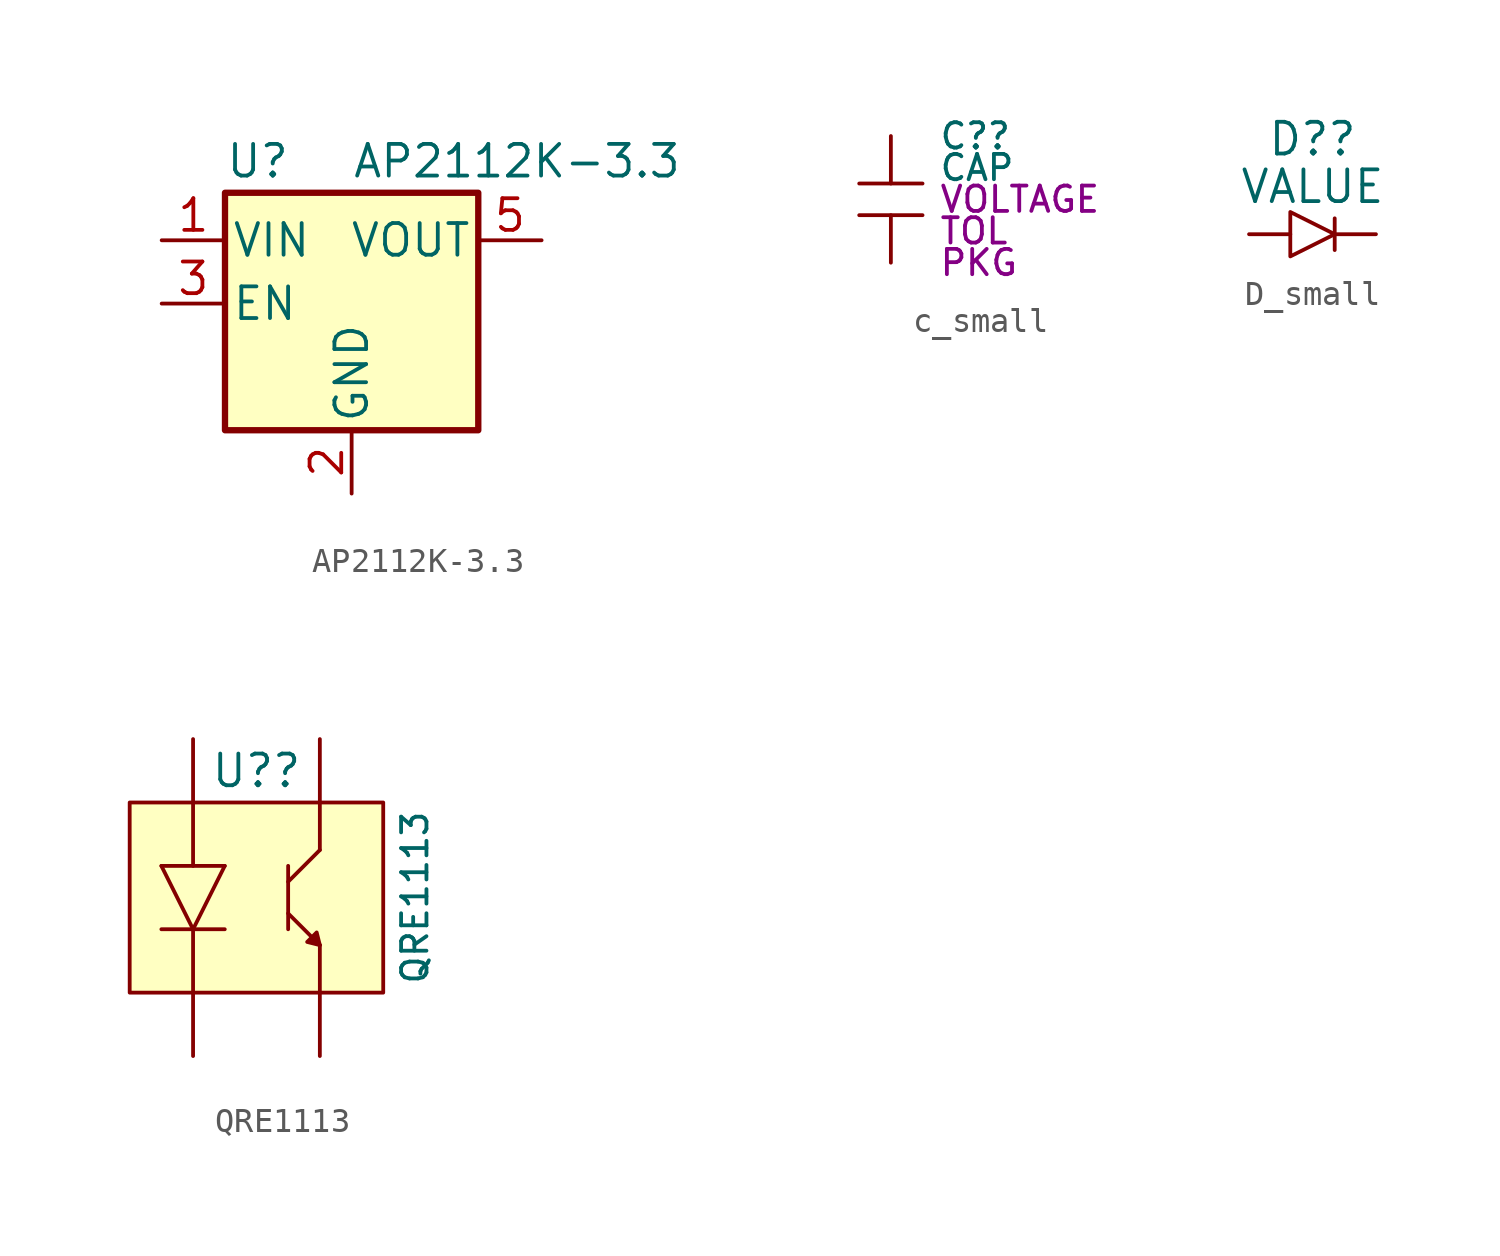
<source format=kicad_sym>
(kicad_symbol_lib
  (version 20220914)
  (generator kicad_symbol_editor)
  (symbol "AP2112K-3.3"
    (pin_names
      (offset 0.254))
    (property "Reference" "U"
      (at -5.08 5.715 0)
      (effects (font (size 1.27 1.27)) (justify left)))
    (property "Value" "AP2112K-3.3"
      (at 0 5.715 0)
      (effects (font (size 1.27 1.27)) (justify left)))
    (symbol "AP2112K-3.3_0_1"
      (rectangle (start -5.08 4.445) (end 5.08 -5.08) (stroke (width 0.254) (type default)) (fill (type background))))
    (symbol "AP2112K-3.3_1_1"
      (pin power_in line (at -7.62 2.54 0) (length 2.54) (name "VIN" (effects (font (size 1.27 1.27)))) (number "1" (effects (font (size 1.27 1.27)))))
      (pin power_in line (at 0 -7.62 90) (length 2.54) (name "GND" (effects (font (size 1.27 1.27)))) (number "2" (effects (font (size 1.27 1.27)))))
      (pin input line (at -7.62 0 0) (length 2.54) (name "EN" (effects (font (size 1.27 1.27)))) (number "3" (effects (font (size 1.27 1.27)))))
      (pin no_connect line (at 5.08 0 180) (length 2.54) hide (name "NC" (effects (font (size 1.27 1.27)))) (number "4" (effects (font (size 1.27 1.27)))))
      (pin power_out line (at 7.62 2.54 180) (length 2.54) (name "VOUT" (effects (font (size 1.27 1.27)))) (number "5" (effects (font (size 1.27 1.27)))))))
  (symbol "c_small"
    (property "Reference" "C?"
      (at 1.905 2.54 0)
      (do_not_autoplace)
      (effects (font (size 1.016 1.016)) (justify left)))
    (property "Value" "CAP"
      (at 1.905 1.27 0)
      (do_not_autoplace)
      (effects (font (size 1.016 1.016)) (justify left)))
    (property "Tolerance" "TOL"
      (at 1.905 -1.27 0)
      (do_not_autoplace)
      (effects (font (size 1.016 1.016)) (justify left)))
    (property "Voltage Rating" "VOLTAGE"
      (at 1.905 0 0)
      (do_not_autoplace)
      (effects (font (size 1.016 1.016)) (justify left)))
    (property "Package" "PKG"
      (at 1.905 -2.54 0)
      (do_not_autoplace)
      (effects (font (size 1.016 1.016)) (justify left)))
    (symbol "c_small_0_1"
      (polyline (pts (xy -1.27 -0.635) (xy 1.27 -0.635)) (stroke (width 0) (type default)) (fill (type none)))
      (polyline (pts (xy -1.27 0.635) (xy 1.27 0.635)) (stroke (width 0) (type default)) (fill (type none))))
    (symbol "c_small_1_1"
      (pin passive line (at 0 2.54 270) (length 1.905) (name "" (effects (font (size 0 0)))) (number "1" (effects (font (size 0 0)))))
      (pin passive line (at 0 -2.54 90) (length 1.905) (name "" (effects (font (size 0 0)))) (number "2" (effects (font (size 0 0)))))))
  (symbol "D_small"
    (pin_numbers hide)
    (pin_names hide)
    (property "Reference" "D?"
      (at 0 3.81 0)
      (do_not_autoplace)
      (effects (font (size 1.27 1.27))))
    (property "Value" "VALUE"
      (at 0 1.905 0)
      (do_not_autoplace)
      (effects (font (size 1.27 1.27))))
    (symbol "D_small_0_1"
      (polyline (pts (xy 0.889 0.635) (xy 0.889 -0.635)) (stroke (width 0) (type default)) (fill (type none))))
    (symbol "D_small_1_0"
      (pin passive line (at -2.54 0 0) (length 1.651) (name "A" (effects (font (size 1.27 1.27)))) (number "1" (effects (font (size 1.27 1.27)))))
      (pin passive line (at 2.54 0 180) (length 1.651) (name "C" (effects (font (size 1.27 1.27)))) (number "2" (effects (font (size 1.27 1.27))))))
    (symbol "D_small_1_1"
      (polyline (pts (xy -0.889 0.889) (xy -0.889 -0.889) (xy 0.889 0) (xy -0.889 0.889)) (stroke (width 0.152) (type default)) (fill (type none)))))
  (symbol "QRE1113"
    (pin_numbers hide)
    (pin_names hide)
    (property "Reference" "U?"
      (at 0 5.08 0)
      (do_not_autoplace)
      (effects (font (size 1.27 1.27))))
    (property "Value" "QRE1113"
      (at 6.35 0 90)
      (do_not_autoplace)
      (effects (font (size 1.016 1.016))))
    (symbol "QRE1113_0_1"
      (polyline (pts (xy -3.81 -1.27) (xy -1.27 -1.27)) (stroke (width 0) (type default)) (fill (type none)))
      (polyline (pts (xy -3.81 1.27) (xy -1.27 1.27)) (stroke (width 0) (type default)) (fill (type none)))
      (polyline (pts (xy -2.54 -3.81) (xy -2.54 -1.27)) (stroke (width 0) (type default)) (fill (type none)))
      (polyline (pts (xy -2.54 -1.27) (xy -3.81 1.27)) (stroke (width 0) (type default)) (fill (type none)))
      (polyline (pts (xy -2.54 1.27) (xy -2.54 3.81)) (stroke (width 0) (type default)) (fill (type none)))
      (polyline (pts (xy -1.27 1.27) (xy -2.54 -1.27)) (stroke (width 0) (type default)) (fill (type none))))
    (symbol "QRE1113_1_0"
      (pin passive line (at -2.54 6.35 270) (length 2.54) (name "Anode" (effects (font (size 1.27 1.27)))) (number "1" (effects (font (size 1.27 1.27)))))
      (pin passive line (at -2.54 -6.35 90) (length 2.54) (name "Cathode" (effects (font (size 1.27 1.27)))) (number "2" (effects (font (size 1.27 1.27)))))
      (pin open_collector line (at 2.54 6.35 270) (length 2.54) (name "Collector" (effects (font (size 1.27 1.27)))) (number "3" (effects (font (size 1.27 1.27)))))
      (pin open_emitter line (at 2.54 -6.35 90) (length 2.54) (name "Emitter" (effects (font (size 1.27 1.27)))) (number "4" (effects (font (size 1.27 1.27))))))
    (symbol "QRE1113_1_1"
      (rectangle (start -5.08 3.81) (end 5.08 -3.81) (stroke (width 0) (type default)) (fill (type background)))
      (polyline (pts (xy 1.27 1.27) (xy 1.27 -1.27)) (stroke (width 0) (type default)) (fill (type none)))
      (polyline (pts (xy 2.54 -3.81) (xy 2.54 -1.905)) (stroke (width 0) (type default)) (fill (type none)))
      (polyline (pts (xy 2.54 -1.905) (xy 1.27 -0.635)) (stroke (width 0) (type default)) (fill (type none)))
      (polyline (pts (xy 2.54 1.905) (xy 1.27 0.635)) (stroke (width 0) (type default)) (fill (type none)))
      (polyline (pts (xy 2.54 3.81) (xy 2.54 1.905)) (stroke (width 0) (type default)) (fill (type none)))
      (polyline (pts (xy 2.54 -1.905) (xy 2.413 -1.397) (xy 2.032 -1.778) (xy 2.54 -1.905)) (stroke (width 0) (type default)) (fill (type outline))))))
</source>
